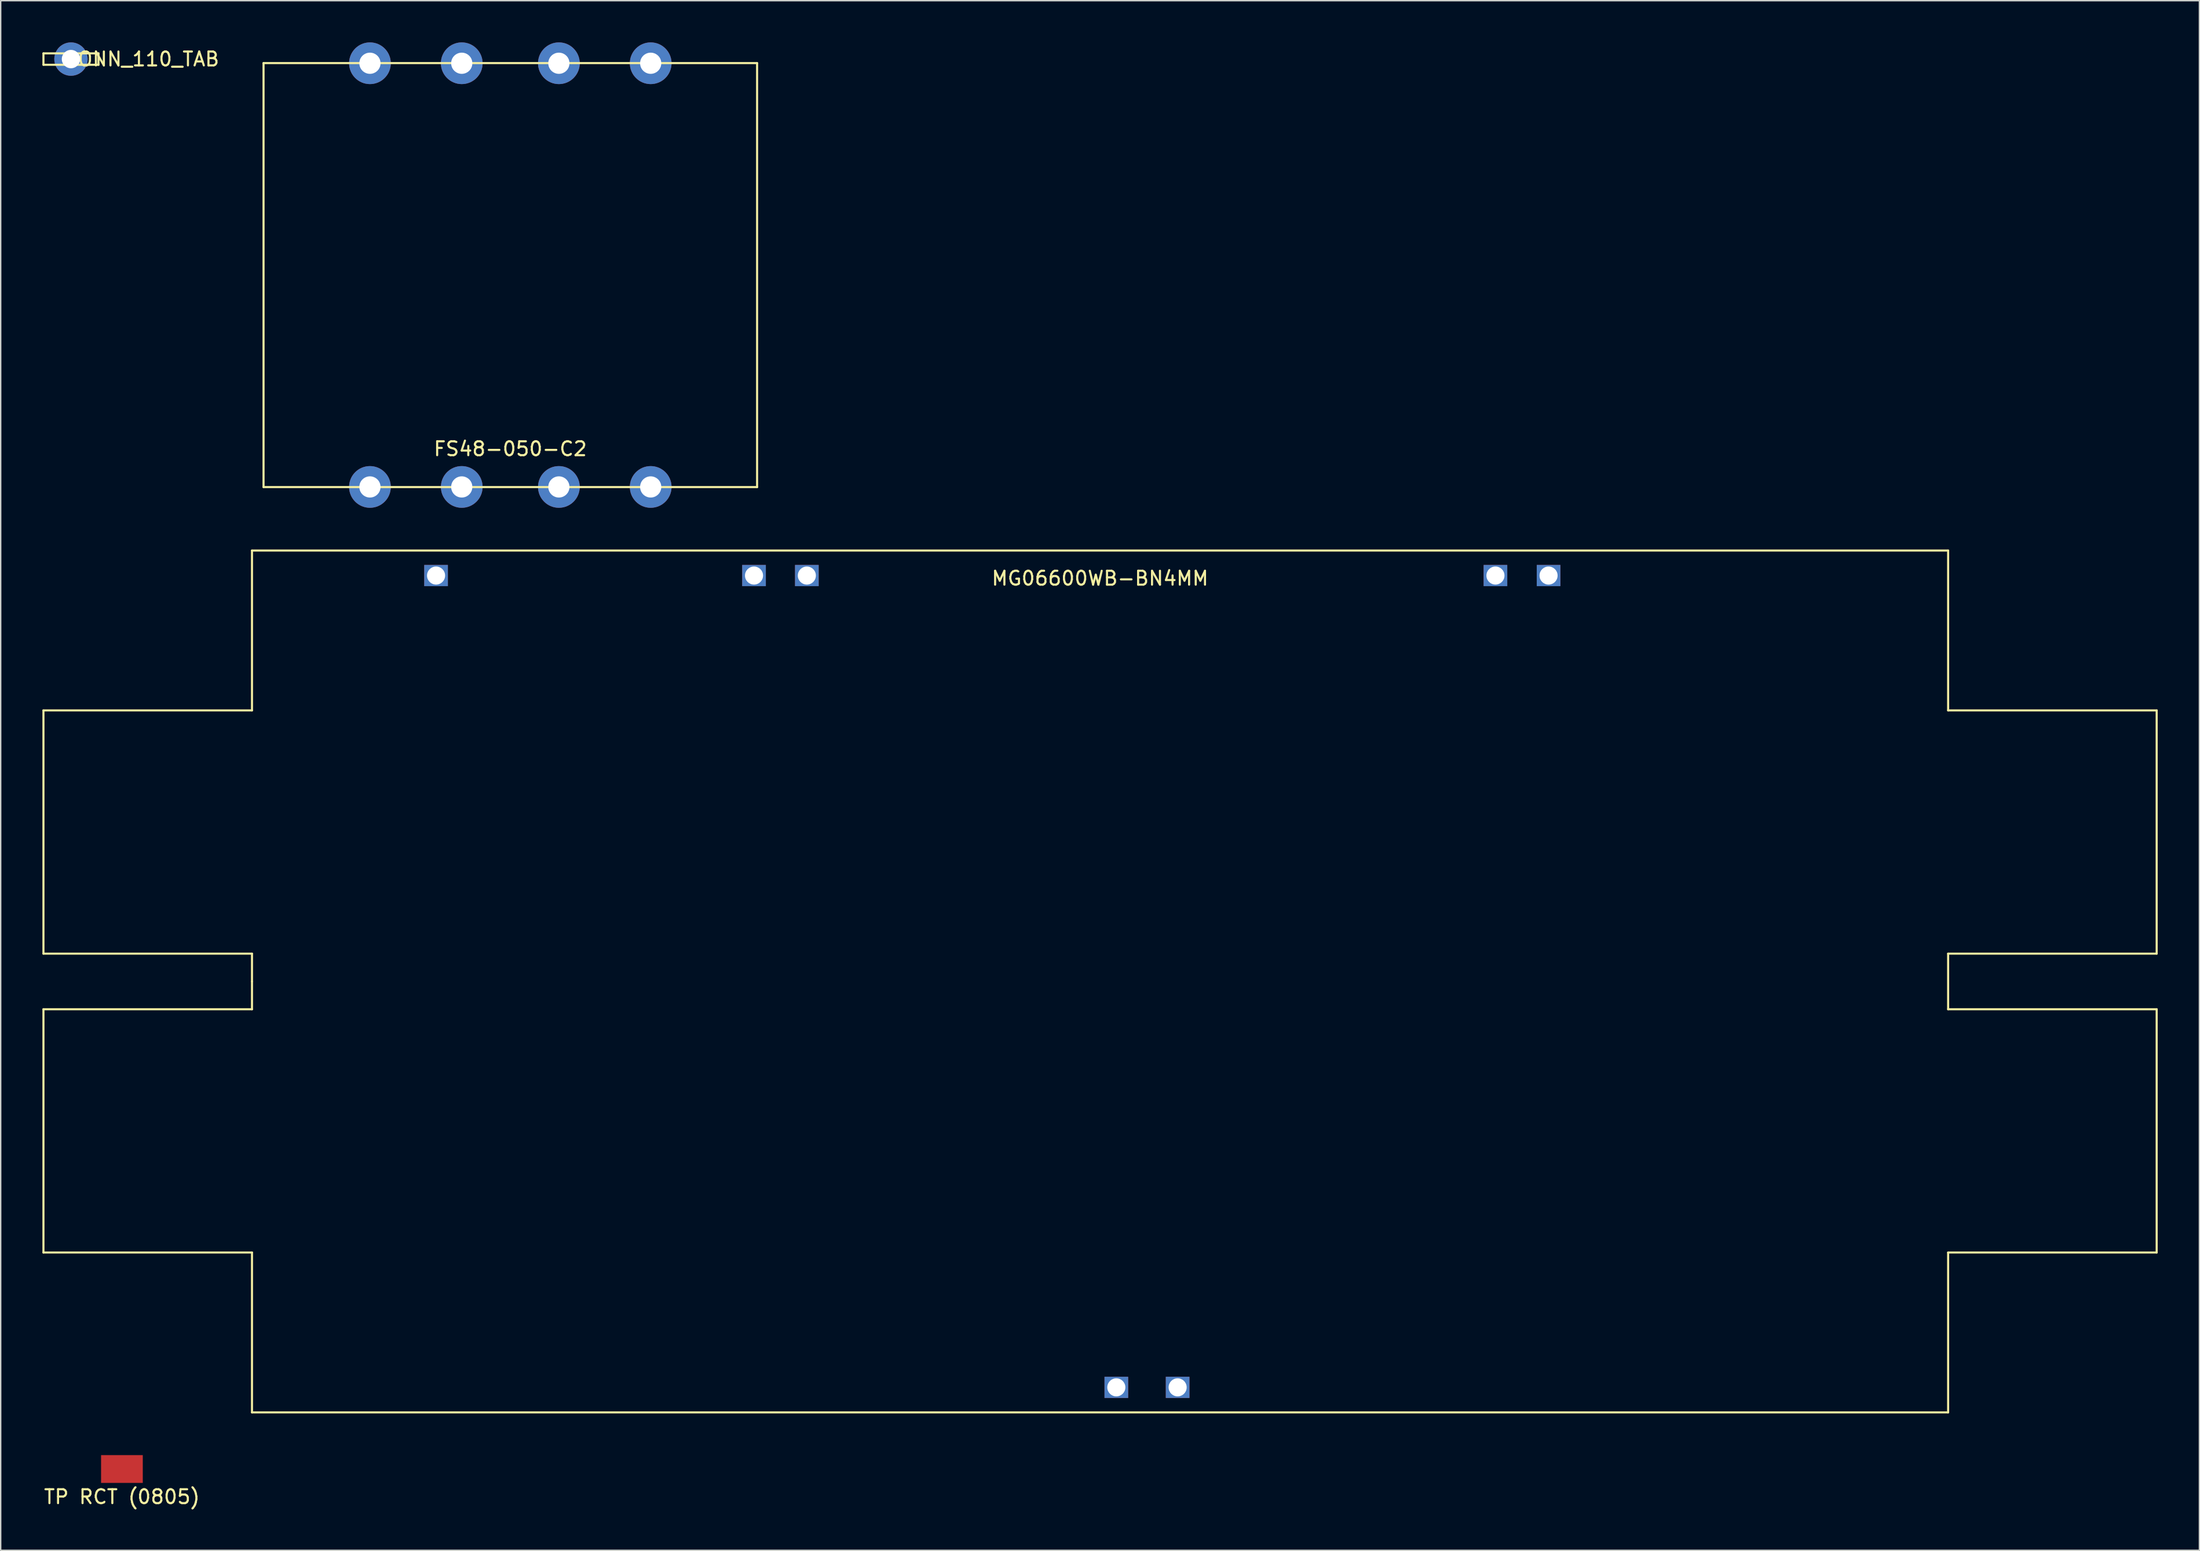
<source format=kicad_pcb>
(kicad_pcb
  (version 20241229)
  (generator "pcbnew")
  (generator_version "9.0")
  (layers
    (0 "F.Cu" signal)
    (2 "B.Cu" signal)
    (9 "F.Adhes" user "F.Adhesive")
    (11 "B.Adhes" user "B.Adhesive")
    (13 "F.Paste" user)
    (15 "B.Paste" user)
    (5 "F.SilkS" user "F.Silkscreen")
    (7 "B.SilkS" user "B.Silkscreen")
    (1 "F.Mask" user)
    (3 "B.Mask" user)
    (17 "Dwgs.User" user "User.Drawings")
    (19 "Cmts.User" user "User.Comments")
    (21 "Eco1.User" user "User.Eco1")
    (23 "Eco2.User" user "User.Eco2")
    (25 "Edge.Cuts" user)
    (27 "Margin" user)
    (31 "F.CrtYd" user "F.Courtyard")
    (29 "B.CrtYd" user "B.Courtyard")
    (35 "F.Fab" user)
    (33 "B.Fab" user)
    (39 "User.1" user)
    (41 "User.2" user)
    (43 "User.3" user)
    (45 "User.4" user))
  (footprint "MG06600WB-BN4MM"
    (layer "F.Cu")
    (at 76.075 67.555)
    (property "Reference" "MG06600WB-BN4MM" (at 0 -29 0) (layer "F.SilkS") (effects (font (size 1 1) (thickness 0.15))))
    (attr through_hole)
    (fp_line (start -76 -19.5) (end -76 -2) (stroke (width 0.15) (type solid)) (layer "F.SilkS"))
    (fp_line (start -76 -2) (end -61 -2) (stroke (width 0.15) (type solid)) (layer "F.SilkS"))
    (fp_line (start -76 2) (end -76 19.5) (stroke (width 0.15) (type solid)) (layer "F.SilkS"))
    (fp_line (start -76 19.5) (end -61 19.5) (stroke (width 0.15) (type solid)) (layer "F.SilkS"))
    (fp_line (start -61 -31) (end -61 -19.5) (stroke (width 0.15) (type solid)) (layer "F.SilkS"))
    (fp_line (start -61 -19.5) (end -76 -19.5) (stroke (width 0.15) (type solid)) (layer "F.SilkS"))
    (fp_line (start -61 -2) (end -61 0) (stroke (width 0.15) (type solid)) (layer "F.SilkS"))
    (fp_line (start -61 0) (end -61 2) (stroke (width 0.15) (type solid)) (layer "F.SilkS"))
    (fp_line (start -61 2) (end -76 2) (stroke (width 0.15) (type solid)) (layer "F.SilkS"))
    (fp_line (start -61 19.5) (end -61 31) (stroke (width 0.15) (type solid)) (layer "F.SilkS"))
    (fp_line (start -61 31) (end 61 31) (stroke (width 0.15) (type solid)) (layer "F.SilkS"))
    (fp_line (start 61 -31) (end -61 -31) (stroke (width 0.15) (type solid)) (layer "F.SilkS"))
    (fp_line (start 61 -19.5) (end 61 -31) (stroke (width 0.15) (type solid)) (layer "F.SilkS"))
    (fp_line (start 61 -2) (end 76 -2) (stroke (width 0.15) (type solid)) (layer "F.SilkS"))
    (fp_line (start 61 2) (end 61 -2) (stroke (width 0.15) (type solid)) (layer "F.SilkS"))
    (fp_line (start 61 19.5) (end 76 19.5) (stroke (width 0.15) (type solid)) (layer "F.SilkS"))
    (fp_line (start 61 31) (end 61 19.5) (stroke (width 0.15) (type solid)) (layer "F.SilkS"))
    (fp_line (start 76 -19.5) (end 61 -19.5) (stroke (width 0.15) (type solid)) (layer "F.SilkS"))
    (fp_line (start 76 -2) (end 76 -19.5) (stroke (width 0.15) (type solid)) (layer "F.SilkS"))
    (fp_line (start 76 2) (end 61 2) (stroke (width 0.15) (type solid)) (layer "F.SilkS"))
    (fp_line (start 76 19.5) (end 76 2) (stroke (width 0.15) (type solid)) (layer "F.SilkS"))
    (pad "1" thru_hole rect (at 1.17 29.2) (size 1.7 1.524) (drill 1.3) (layers "*.Cu" "*.Mask"))
    (pad "2" thru_hole rect (at 5.58 29.2) (size 1.7 1.524) (drill 1.3) (layers "*.Cu" "*.Mask"))
    (pad "5" thru_hole rect (at 32.26 -29.2) (size 1.7 1.524) (drill 1.3) (layers "*.Cu" "*.Mask"))
    (pad "6" thru_hole rect (at 28.44 -29.2) (size 1.7 1.524) (drill 1.3) (layers "*.Cu" "*.Mask"))
    (pad "7" thru_hole rect (at -21.09 -29.2) (size 1.7 1.524) (drill 1.3) (layers "*.Cu" "*.Mask"))
    (pad "8" thru_hole rect (at -24.89 -29.2) (size 1.7 1.524) (drill 1.3) (layers "*.Cu" "*.Mask"))
    (pad "9" thru_hole rect (at -47.76 -29.2) (size 1.7 1.524) (drill 1.3) (layers "*.Cu" "*.Mask")))
  (footprint "CONN_110_TAB"
    (layer "F.Cu")
    (at 2.055 1.2)
    (property "Reference" "CONN_110_TAB" (at 5.08 0 0) (layer "F.SilkS") (effects (font (size 1 1) (thickness 0.15))))
    (attr through_hole)
    (fp_line (start -1.98 -0.41) (end -1.98 0.41) (stroke (width 0.15) (type solid)) (layer "F.SilkS"))
    (fp_line (start -1.98 0.41) (end 1.98 0.41) (stroke (width 0.15) (type solid)) (layer "F.SilkS"))
    (fp_line (start 1.98 -0.41) (end -1.98 -0.41) (stroke (width 0.15) (type solid)) (layer "F.SilkS"))
    (fp_line (start 1.98 0.41) (end 1.98 -0.41) (stroke (width 0.15) (type solid)) (layer "F.SilkS"))
    (pad "1" thru_hole circle (at 0 0) (size 2.4 2.4) (drill 1.32) (layers "*.Cu" "*.Mask")))
  (footprint "FS48-050-C2"
    (layer "F.Cu")
    (at 33.656 16.74)
    (property "Reference" "FS48-050-C2" (at 0 12.5 0) (layer "F.SilkS") (effects (font (size 1 1) (thickness 0.15))))
    (attr through_hole)
    (fp_line (start -17.75 -15.25) (end 17.75 -15.25) (stroke (width 0.15) (type solid)) (layer "F.SilkS"))
    (fp_line (start -17.75 15.25) (end -17.75 -15.25) (stroke (width 0.15) (type solid)) (layer "F.SilkS"))
    (fp_line (start 17.75 -15.25) (end 17.75 15.25) (stroke (width 0.15) (type solid)) (layer "F.SilkS"))
    (fp_line (start 17.75 15.25) (end -17.75 15.25) (stroke (width 0.15) (type solid)) (layer "F.SilkS"))
    (pad "1" thru_hole circle (at -10.097 15.24) (size 3 3) (drill 1.524) (layers "*.Cu" "*.Mask"))
    (pad "2" thru_hole circle (at -3.493 15.24) (size 3 3) (drill 1.524) (layers "*.Cu" "*.Mask"))
    (pad "3" thru_hole circle (at 3.493 15.24) (size 3 3) (drill 1.524) (layers "*.Cu" "*.Mask"))
    (pad "4" thru_hole circle (at 10.097 15.24) (size 3 3) (drill 1.524) (layers "*.Cu" "*.Mask"))
    (pad "5" thru_hole circle (at -10.097 -15.24) (size 3 3) (drill 1.524) (layers "*.Cu" "*.Mask"))
    (pad "6" thru_hole circle (at -3.493 -15.24) (size 3 3) (drill 1.524) (layers "*.Cu" "*.Mask"))
    (pad "7" thru_hole circle (at 3.493 -15.24) (size 3 3) (drill 1.524) (layers "*.Cu" "*.Mask"))
    (pad "8" thru_hole circle (at 10.097 -15.24) (size 3 3) (drill 1.524) (layers "*.Cu" "*.Mask")))
  (footprint "TP RCT (0805)"
    (layer "F.Cu")
    (at 5.72 102.63)
    (property "Reference" "TP RCT (0805)" (at 0 2 0) (layer "F.SilkS") (effects (font (size 1 1) (thickness 0.15))))
    (attr through_hole)
    (pad "1" smd rect (at 0 0) (size 3 2) (layers "F.Cu" "F.Mask" "F.Paste")))
  (gr_rect
    (start -3 -3)
    (end 155.15 108.478)
    (stroke (width 0.1) (type default))
    (fill no)
    (layer "Edge.Cuts")))
</source>
